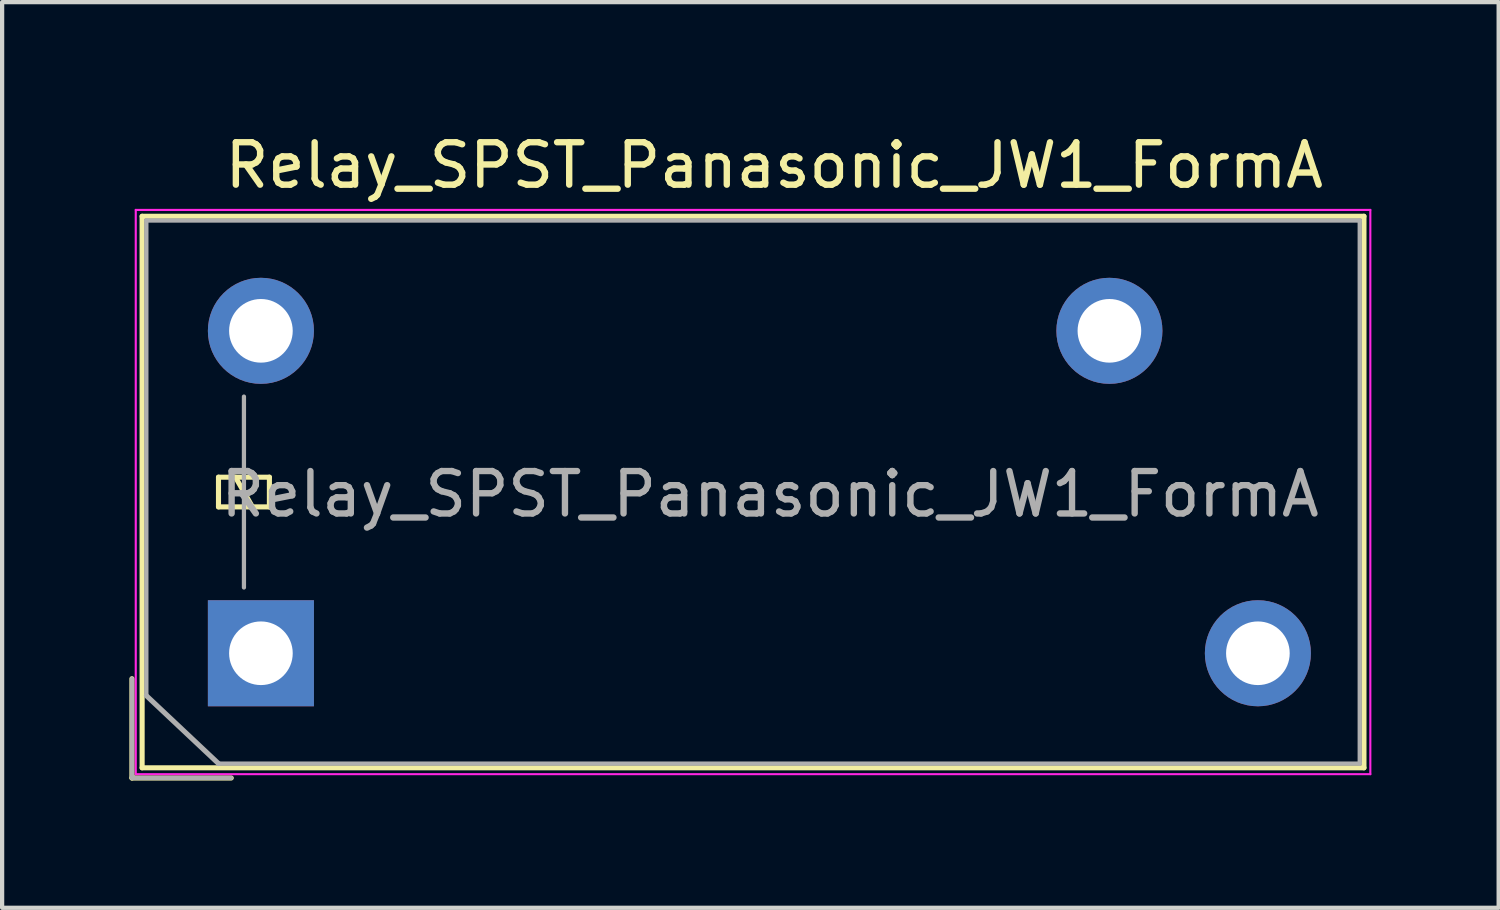
<source format=kicad_pcb>
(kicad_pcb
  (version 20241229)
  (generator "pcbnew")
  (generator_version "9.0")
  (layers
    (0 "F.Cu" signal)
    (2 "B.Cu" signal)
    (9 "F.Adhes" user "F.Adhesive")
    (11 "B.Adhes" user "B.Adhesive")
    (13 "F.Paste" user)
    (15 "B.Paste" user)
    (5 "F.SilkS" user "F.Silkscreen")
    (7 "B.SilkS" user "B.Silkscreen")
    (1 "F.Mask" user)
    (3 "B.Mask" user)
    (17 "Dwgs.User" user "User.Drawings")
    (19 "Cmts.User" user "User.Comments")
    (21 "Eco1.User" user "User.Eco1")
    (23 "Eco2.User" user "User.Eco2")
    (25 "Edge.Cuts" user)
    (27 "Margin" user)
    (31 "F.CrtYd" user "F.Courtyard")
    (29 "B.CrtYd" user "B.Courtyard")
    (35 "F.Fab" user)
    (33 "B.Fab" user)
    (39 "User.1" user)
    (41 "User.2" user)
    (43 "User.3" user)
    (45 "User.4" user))
  (footprint "Relay_SPST_Panasonic_JW1_FormA"
    (layer "F.Cu")
    (at 3.1 12.348)
    (property "Reference" "Relay_SPST_Panasonic_JW1_FormA" (at 12.1 -11.5 180) (layer "F.SilkS") (effects (font (size 1 1) (thickness 0.15))))
    (attr through_hole)
    (fp_line (start -3.04 2.94) (end -3.04 0.6) (stroke (width 0.12) (type solid)) (layer "F.SilkS"))
    (fp_line (start -2.8 -10.3) (end -2.8 2.7) (stroke (width 0.12) (type solid)) (layer "F.SilkS"))
    (fp_line (start -2.8 2.7) (end 26 2.7) (stroke (width 0.12) (type solid)) (layer "F.SilkS"))
    (fp_line (start -1 -4.15) (end -1 -3.45) (stroke (width 0.12) (type solid)) (layer "F.SilkS"))
    (fp_line (start -1 -3.45) (end 0.2 -3.45) (stroke (width 0.12) (type solid)) (layer "F.SilkS"))
    (fp_line (start -0.7 2.94) (end -3.04 2.94) (stroke (width 0.12) (type solid)) (layer "F.SilkS"))
    (fp_line (start -0.2 -3.45) (end -0.6 -4.15) (stroke (width 0.12) (type solid)) (layer "F.SilkS"))
    (fp_line (start 0.2 -4.15) (end -1 -4.15) (stroke (width 0.12) (type solid)) (layer "F.SilkS"))
    (fp_line (start 0.2 -3.45) (end 0.2 -4.15) (stroke (width 0.12) (type solid)) (layer "F.SilkS"))
    (fp_line (start 26 -10.3) (end -2.8 -10.3) (stroke (width 0.12) (type solid)) (layer "F.SilkS"))
    (fp_line (start 26 2.7) (end 26 -10.3) (stroke (width 0.12) (type solid)) (layer "F.SilkS"))
    (fp_line (start -2.95 -10.45) (end -2.95 2.85) (stroke (width 0.05) (type solid)) (layer "F.CrtYd"))
    (fp_line (start -2.95 2.85) (end 26.15 2.85) (stroke (width 0.05) (type solid)) (layer "F.CrtYd"))
    (fp_line (start 26.15 -10.45) (end -2.95 -10.45) (stroke (width 0.05) (type solid)) (layer "F.CrtYd"))
    (fp_line (start 26.15 2.85) (end 26.15 -10.45) (stroke (width 0.05) (type solid)) (layer "F.CrtYd"))
    (fp_line (start -3.04 2.94) (end -3.04 0.6) (stroke (width 0.1) (type solid)) (layer "F.Fab"))
    (fp_line (start -2.7 -10.2) (end -2.7 1) (stroke (width 0.1) (type solid)) (layer "F.Fab"))
    (fp_line (start -1 2.6) (end -2.7 1) (stroke (width 0.12) (type solid)) (layer "F.Fab"))
    (fp_line (start -1 2.6) (end 25.9 2.6) (stroke (width 0.1) (type solid)) (layer "F.Fab"))
    (fp_line (start -0.7 2.94) (end -3.04 2.94) (stroke (width 0.1) (type solid)) (layer "F.Fab"))
    (fp_line (start -0.4 -1.55) (end -0.4 -6.05) (stroke (width 0.1) (type solid)) (layer "F.Fab"))
    (fp_line (start 25.9 -10.2) (end -2.7 -10.2) (stroke (width 0.1) (type solid)) (layer "F.Fab"))
    (fp_line (start 25.9 2.6) (end 25.9 -10.2) (stroke (width 0.1) (type solid)) (layer "F.Fab"))
    (fp_text user "${REFERENCE}" (at 12 -3.75 180) (layer "F.Fab") (effects (font (size 1 1) (thickness 0.15))))
    (pad "1" thru_hole rect (at 0 0 90) (size 2.5 2.5) (drill 1.5) (layers "*.Cu" "*.Mask"))
    (pad "4" thru_hole oval (at 23.5 0 90) (size 2.5 2.5) (drill 1.5) (layers "*.Cu" "*.Mask"))
    (pad "6" thru_hole oval (at 20 -7.6 90) (size 2.5 2.5) (drill 1.5) (layers "*.Cu" "*.Mask"))
    (pad "8" thru_hole oval (at 0 -7.6 90) (size 2.5 2.5) (drill 1.5) (layers "*.Cu" "*.Mask")))
  (gr_rect
    (start -3 -3)
    (end 32.275 18.348)
    (stroke (width 0.1) (type default))
    (fill no)
    (layer "Edge.Cuts")))
</source>
